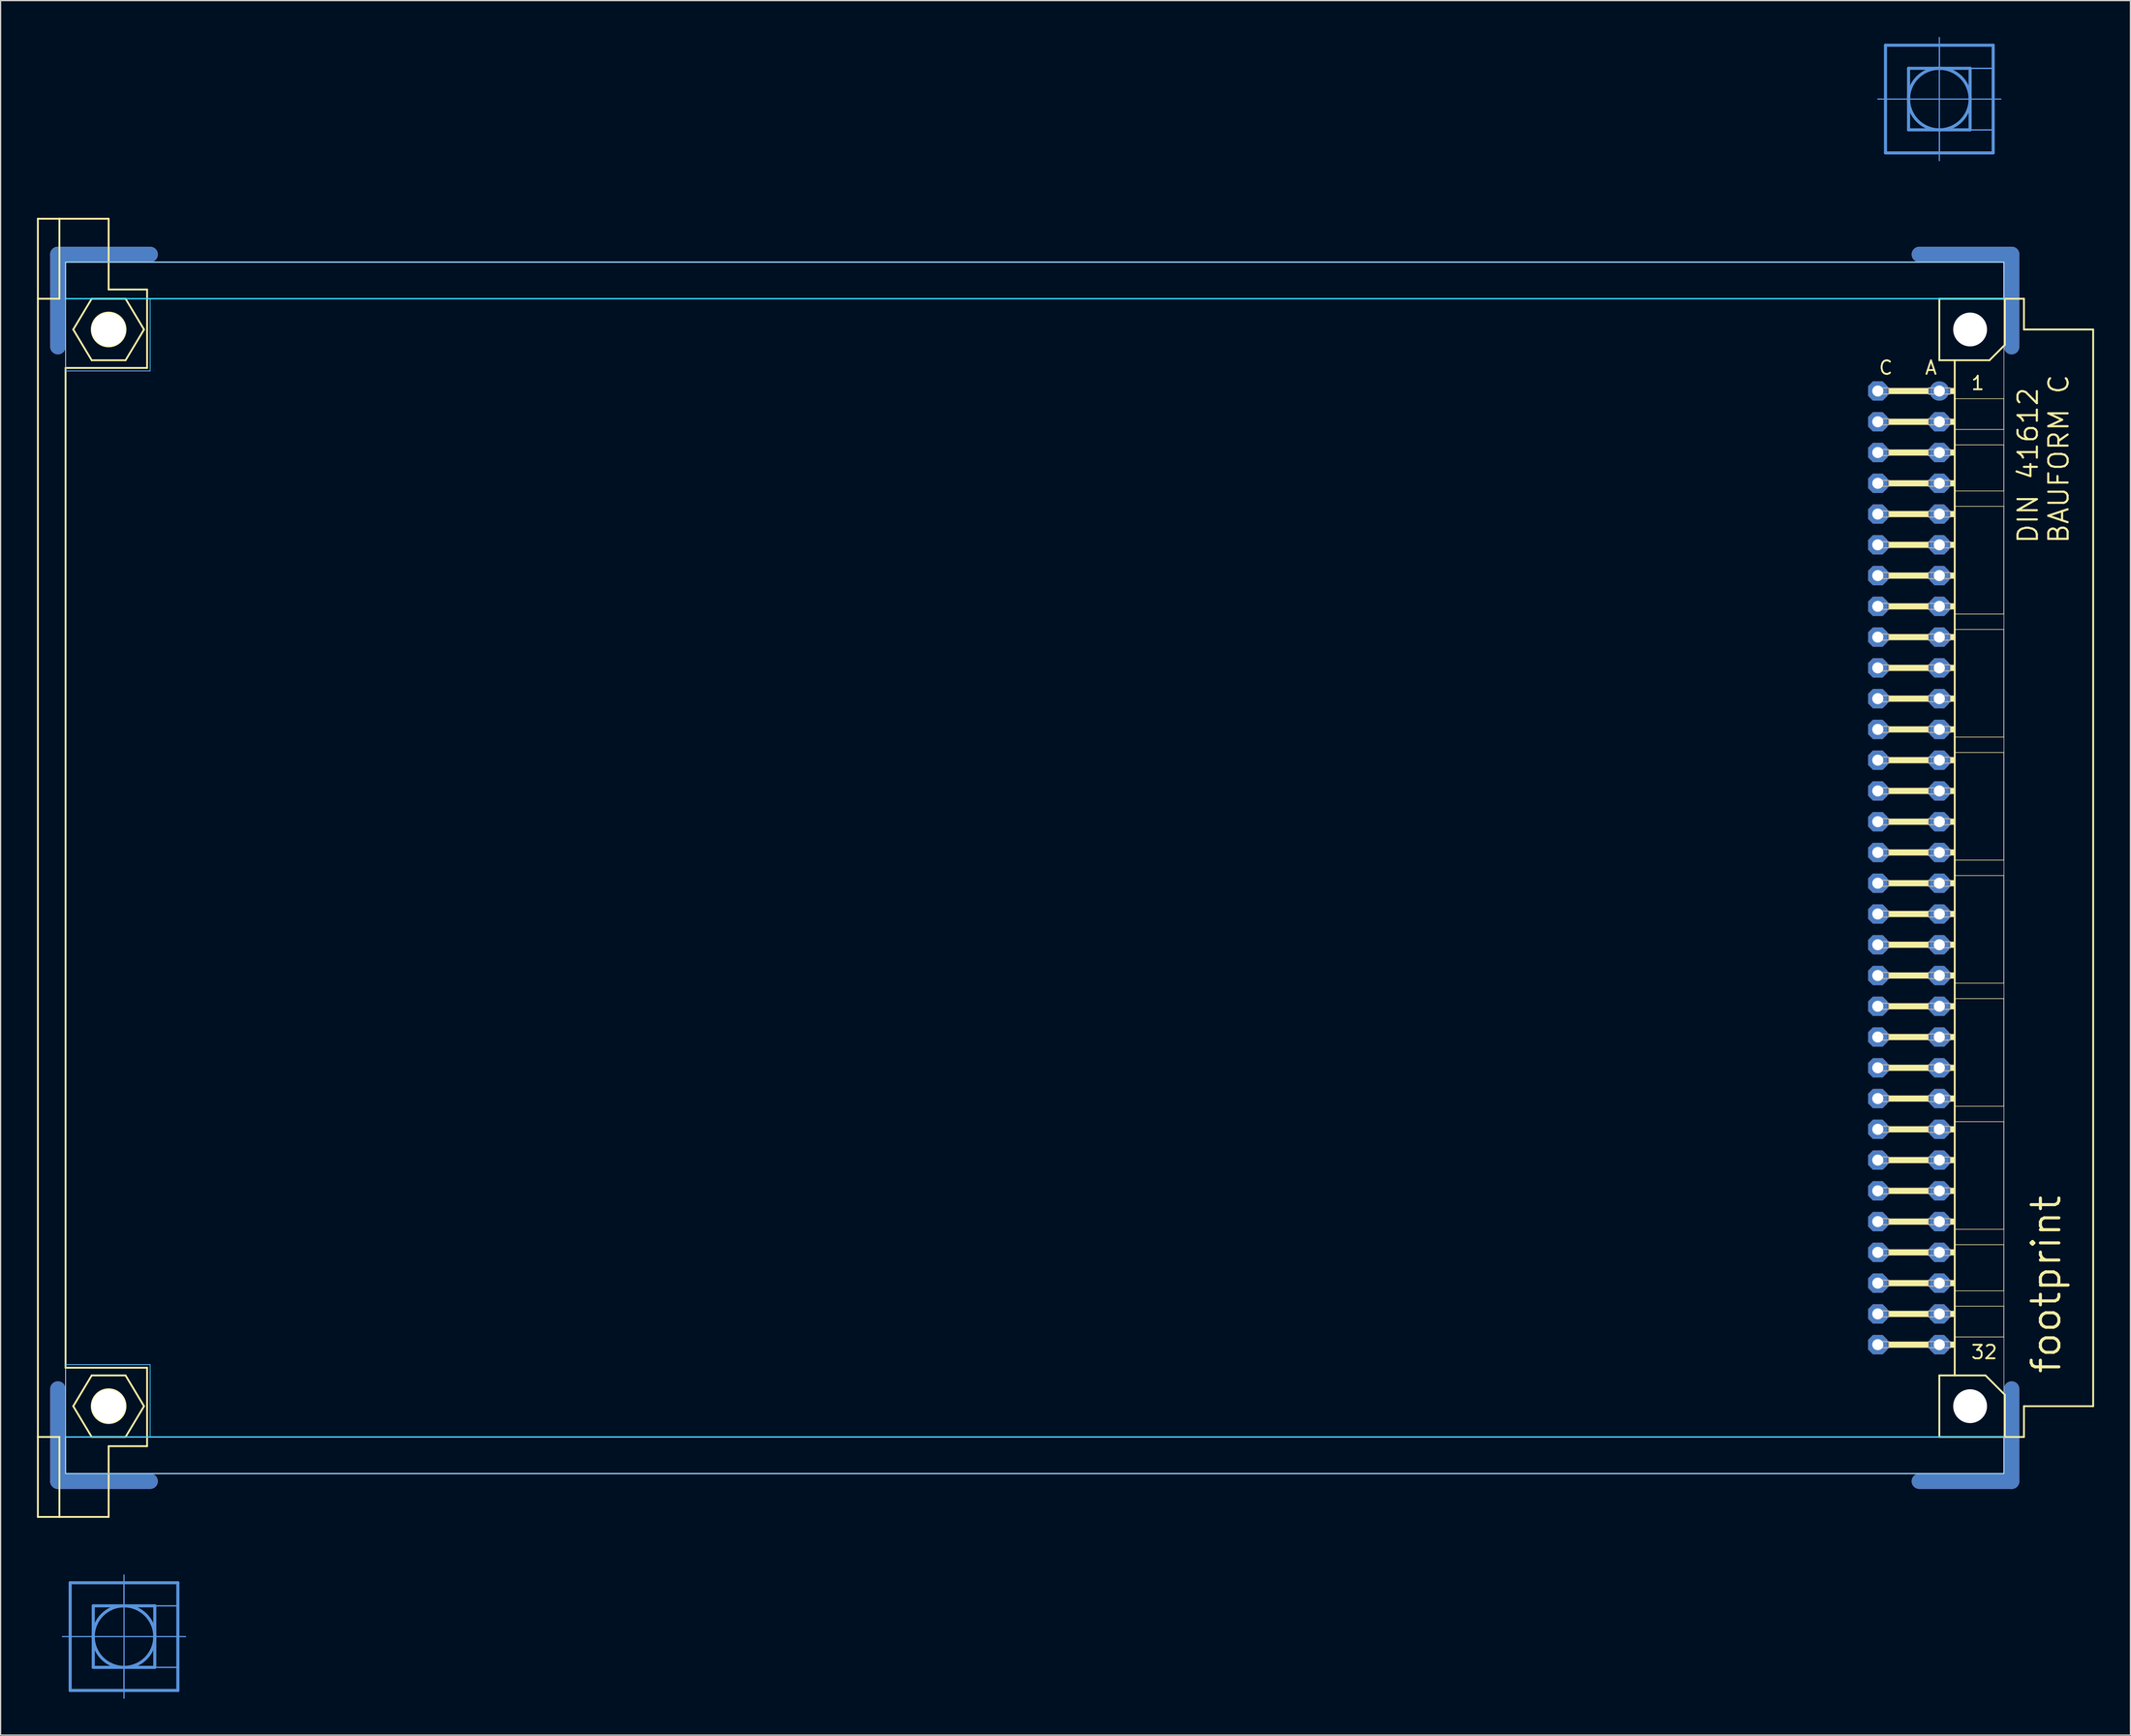
<source format=kicad_pcb>
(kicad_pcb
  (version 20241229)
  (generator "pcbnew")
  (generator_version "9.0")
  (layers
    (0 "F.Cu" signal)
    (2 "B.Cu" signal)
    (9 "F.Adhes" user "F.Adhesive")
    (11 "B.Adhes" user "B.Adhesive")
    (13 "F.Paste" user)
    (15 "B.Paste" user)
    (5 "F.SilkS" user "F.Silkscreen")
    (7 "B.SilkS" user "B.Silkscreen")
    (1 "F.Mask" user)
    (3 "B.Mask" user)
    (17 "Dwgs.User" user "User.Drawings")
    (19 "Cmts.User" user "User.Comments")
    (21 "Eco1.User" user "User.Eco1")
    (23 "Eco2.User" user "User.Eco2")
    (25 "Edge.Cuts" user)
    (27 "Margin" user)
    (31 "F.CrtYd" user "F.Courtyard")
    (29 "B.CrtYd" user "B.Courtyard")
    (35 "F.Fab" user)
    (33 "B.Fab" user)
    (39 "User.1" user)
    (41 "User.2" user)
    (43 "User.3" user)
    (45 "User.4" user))
  (footprint "footprint"
    (layer "F.Cu")
    (at 2.108 68.605)
    (property "Reference" "footprint" (at 165.1 41.91 90) (layer "F.SilkS") (effects (font (size 2.286 2.286) (thickness 0.254)) (justify left bottom)))
    (fp_line (start -0.381 -43.028) (end -0.381 -50.648) (stroke (width 1.27) (type solid)) (layer "F.Cu"))
    (fp_line (start -0.381 43.028) (end -0.381 50.648) (stroke (width 1.27) (type solid)) (layer "F.Cu"))
    (fp_line (start 7.239 -50.648) (end -0.381 -50.648) (stroke (width 1.27) (type solid)) (layer "F.Cu"))
    (fp_line (start 7.239 50.648) (end -0.381 50.648) (stroke (width 1.27) (type solid)) (layer "F.Cu"))
    (fp_line (start 153.289 -50.648) (end 160.909 -50.648) (stroke (width 1.27) (type solid)) (layer "F.Cu"))
    (fp_line (start 153.289 50.648) (end 160.909 50.648) (stroke (width 1.27) (type solid)) (layer "F.Cu"))
    (fp_line (start 160.909 -43.028) (end 160.909 -50.648) (stroke (width 1.27) (type solid)) (layer "F.Cu"))
    (fp_line (start 160.909 43.028) (end 160.909 50.648) (stroke (width 1.27) (type solid)) (layer "F.Cu"))
    (fp_line (start 0.254 -42.393) (end 0.254 -50.013) (stroke (width 0.152) (type solid)) (layer "F.Mask"))
    (fp_line (start 0.254 42.393) (end 0.254 50.013) (stroke (width 0.152) (type solid)) (layer "F.Mask"))
    (fp_line (start 7.874 -50.013) (end 0.254 -50.013) (stroke (width 0.152) (type solid)) (layer "F.Mask"))
    (fp_line (start 7.874 50.013) (end 0.254 50.013) (stroke (width 0.152) (type solid)) (layer "F.Mask"))
    (fp_line (start 152.654 -50.013) (end 160.274 -50.013) (stroke (width 0.152) (type solid)) (layer "F.Mask"))
    (fp_line (start 152.654 50.013) (end 160.274 50.013) (stroke (width 0.152) (type solid)) (layer "F.Mask"))
    (fp_line (start 160.274 -42.393) (end 160.274 -50.013) (stroke (width 0.152) (type solid)) (layer "F.Mask"))
    (fp_line (start 160.274 42.393) (end 160.274 50.013) (stroke (width 0.152) (type solid)) (layer "F.Mask"))
    (fp_line (start -0.381 -43.028) (end -0.381 -50.648) (stroke (width 1.27) (type solid)) (layer "B.Cu"))
    (fp_line (start -0.381 43.028) (end -0.381 50.648) (stroke (width 1.27) (type solid)) (layer "B.Cu"))
    (fp_line (start 7.239 -50.648) (end -0.381 -50.648) (stroke (width 1.27) (type solid)) (layer "B.Cu"))
    (fp_line (start 7.239 50.648) (end -0.381 50.648) (stroke (width 1.27) (type solid)) (layer "B.Cu"))
    (fp_line (start 153.289 -50.648) (end 160.909 -50.648) (stroke (width 1.27) (type solid)) (layer "B.Cu"))
    (fp_line (start 153.289 50.648) (end 160.909 50.648) (stroke (width 1.27) (type solid)) (layer "B.Cu"))
    (fp_line (start 160.909 -43.028) (end 160.909 -50.648) (stroke (width 1.27) (type solid)) (layer "B.Cu"))
    (fp_line (start 160.909 43.028) (end 160.909 50.648) (stroke (width 1.27) (type solid)) (layer "B.Cu"))
    (fp_line (start 0.254 -50.013) (end 7.874 -50.013) (stroke (width 0.152) (type solid)) (layer "B.Mask"))
    (fp_line (start 0.254 -42.393) (end 0.254 -50.013) (stroke (width 0.152) (type solid)) (layer "B.Mask"))
    (fp_line (start 0.254 50.013) (end 0.254 42.393) (stroke (width 0.152) (type solid)) (layer "B.Mask"))
    (fp_line (start 7.874 50.013) (end 0.254 50.013) (stroke (width 0.152) (type solid)) (layer "B.Mask"))
    (fp_line (start 152.654 -50.013) (end 160.274 -50.013) (stroke (width 0.152) (type solid)) (layer "B.Mask"))
    (fp_line (start 160.274 -50.013) (end 160.274 -42.393) (stroke (width 0.152) (type solid)) (layer "B.Mask"))
    (fp_line (start 160.274 42.393) (end 160.274 50.013) (stroke (width 0.152) (type solid)) (layer "B.Mask"))
    (fp_line (start 160.274 50.013) (end 152.654 50.013) (stroke (width 0.152) (type solid)) (layer "B.Mask"))
    (fp_line (start -2.032 -53.594) (end -0.254 -53.594) (stroke (width 0.152) (type solid)) (layer "F.SilkS"))
    (fp_line (start -2.032 -46.99) (end -2.032 -53.594) (stroke (width 0.152) (type solid)) (layer "F.SilkS"))
    (fp_line (start -2.032 -46.99) (end -0.254 -46.99) (stroke (width 0.152) (type solid)) (layer "F.SilkS"))
    (fp_line (start -2.032 46.99) (end -2.032 -46.99) (stroke (width 0.152) (type solid)) (layer "F.SilkS"))
    (fp_line (start -2.032 46.99) (end -0.254 46.99) (stroke (width 0.152) (type solid)) (layer "F.SilkS"))
    (fp_line (start -2.032 53.594) (end -2.032 46.99) (stroke (width 0.152) (type solid)) (layer "F.SilkS"))
    (fp_line (start -2.032 53.594) (end -0.254 53.594) (stroke (width 0.152) (type solid)) (layer "F.SilkS"))
    (fp_line (start -0.254 -53.594) (end -0.254 -46.99) (stroke (width 0.152) (type solid)) (layer "F.SilkS"))
    (fp_line (start -0.254 -53.594) (end 3.81 -53.594) (stroke (width 0.152) (type solid)) (layer "F.SilkS"))
    (fp_line (start -0.254 53.594) (end -0.254 46.99) (stroke (width 0.152) (type solid)) (layer "F.SilkS"))
    (fp_line (start -0.254 53.594) (end 3.81 53.594) (stroke (width 0.152) (type solid)) (layer "F.SilkS"))
    (fp_line (start 0.254 -41.275) (end 0.254 41.275) (stroke (width 0.152) (type solid)) (layer "F.SilkS"))
    (fp_line (start 0.254 -41.275) (end 6.985 -41.275) (stroke (width 0.152) (type solid)) (layer "F.SilkS"))
    (fp_line (start 0.254 41.275) (end 6.985 41.275) (stroke (width 0.152) (type solid)) (layer "F.SilkS"))
    (fp_line (start 0.889 -44.45) (end 2.413 -46.99) (stroke (width 0.152) (type solid)) (layer "F.SilkS"))
    (fp_line (start 0.889 44.45) (end 2.413 46.99) (stroke (width 0.152) (type solid)) (layer "F.SilkS"))
    (fp_line (start 2.413 -46.99) (end 5.207 -46.99) (stroke (width 0.152) (type solid)) (layer "F.SilkS"))
    (fp_line (start 2.413 -41.91) (end 0.889 -44.45) (stroke (width 0.152) (type solid)) (layer "F.SilkS"))
    (fp_line (start 2.413 41.91) (end 0.889 44.45) (stroke (width 0.152) (type solid)) (layer "F.SilkS"))
    (fp_line (start 2.413 46.99) (end 5.207 46.99) (stroke (width 0.152) (type solid)) (layer "F.SilkS"))
    (fp_line (start 3.81 -53.594) (end 3.81 -47.752) (stroke (width 0.152) (type solid)) (layer "F.SilkS"))
    (fp_line (start 3.81 -47.752) (end 6.985 -47.752) (stroke (width 0.152) (type solid)) (layer "F.SilkS"))
    (fp_line (start 3.81 47.752) (end 6.985 47.752) (stroke (width 0.152) (type solid)) (layer "F.SilkS"))
    (fp_line (start 3.81 53.594) (end 3.81 47.752) (stroke (width 0.152) (type solid)) (layer "F.SilkS"))
    (fp_line (start 5.207 -46.99) (end 6.731 -44.45) (stroke (width 0.152) (type solid)) (layer "F.SilkS"))
    (fp_line (start 5.207 -41.91) (end 2.413 -41.91) (stroke (width 0.152) (type solid)) (layer "F.SilkS"))
    (fp_line (start 5.207 41.91) (end 2.413 41.91) (stroke (width 0.152) (type solid)) (layer "F.SilkS"))
    (fp_line (start 5.207 46.99) (end 6.731 44.45) (stroke (width 0.152) (type solid)) (layer "F.SilkS"))
    (fp_line (start 6.731 -44.45) (end 5.207 -41.91) (stroke (width 0.152) (type solid)) (layer "F.SilkS"))
    (fp_line (start 6.731 44.45) (end 5.207 41.91) (stroke (width 0.152) (type solid)) (layer "F.SilkS"))
    (fp_line (start 6.985 -47.752) (end 6.985 -41.275) (stroke (width 0.152) (type solid)) (layer "F.SilkS"))
    (fp_line (start 6.985 47.752) (end 6.985 41.275) (stroke (width 0.152) (type solid)) (layer "F.SilkS"))
    (fp_line (start 154.94 -46.99) (end 154.94 -41.91) (stroke (width 0.152) (type solid)) (layer "F.SilkS"))
    (fp_line (start 154.94 -41.91) (end 156.21 -41.91) (stroke (width 0.152) (type solid)) (layer "F.SilkS"))
    (fp_line (start 154.94 41.91) (end 154.94 46.99) (stroke (width 0.152) (type solid)) (layer "F.SilkS"))
    (fp_line (start 154.94 41.91) (end 156.21 41.91) (stroke (width 0.152) (type solid)) (layer "F.SilkS"))
    (fp_line (start 154.94 46.99) (end 160.35 46.99) (stroke (width 0.152) (type solid)) (layer "F.SilkS"))
    (fp_line (start 156.21 -41.91) (end 156.21 -38.735) (stroke (width 0.152) (type solid)) (layer "F.SilkS"))
    (fp_line (start 156.21 -41.91) (end 159.08 -41.91) (stroke (width 0.152) (type solid)) (layer "F.SilkS"))
    (fp_line (start 156.21 -38.735) (end 156.21 -36.195) (stroke (width 0.152) (type solid)) (layer "F.SilkS"))
    (fp_line (start 156.21 -36.195) (end 156.21 -34.925) (stroke (width 0.152) (type solid)) (layer "F.SilkS"))
    (fp_line (start 156.21 -34.925) (end 156.21 -31.115) (stroke (width 0.152) (type solid)) (layer "F.SilkS"))
    (fp_line (start 156.21 -31.115) (end 156.21 -29.845) (stroke (width 0.152) (type solid)) (layer "F.SilkS"))
    (fp_line (start 156.21 -29.845) (end 156.21 -20.955) (stroke (width 0.152) (type solid)) (layer "F.SilkS"))
    (fp_line (start 156.21 -20.955) (end 156.21 -19.685) (stroke (width 0.152) (type solid)) (layer "F.SilkS"))
    (fp_line (start 156.21 -19.685) (end 156.21 -10.795) (stroke (width 0.152) (type solid)) (layer "F.SilkS"))
    (fp_line (start 156.21 -10.795) (end 156.21 -9.525) (stroke (width 0.152) (type solid)) (layer "F.SilkS"))
    (fp_line (start 156.21 -9.525) (end 156.21 -0.635) (stroke (width 0.152) (type solid)) (layer "F.SilkS"))
    (fp_line (start 156.21 -0.635) (end 156.21 0.635) (stroke (width 0.152) (type solid)) (layer "F.SilkS"))
    (fp_line (start 156.21 0.635) (end 156.21 9.525) (stroke (width 0.152) (type solid)) (layer "F.SilkS"))
    (fp_line (start 156.21 9.525) (end 156.21 10.795) (stroke (width 0.152) (type solid)) (layer "F.SilkS"))
    (fp_line (start 156.21 10.795) (end 156.21 19.685) (stroke (width 0.152) (type solid)) (layer "F.SilkS"))
    (fp_line (start 156.21 19.685) (end 156.21 20.955) (stroke (width 0.152) (type solid)) (layer "F.SilkS"))
    (fp_line (start 156.21 20.955) (end 156.21 29.845) (stroke (width 0.152) (type solid)) (layer "F.SilkS"))
    (fp_line (start 156.21 29.845) (end 156.21 31.115) (stroke (width 0.152) (type solid)) (layer "F.SilkS"))
    (fp_line (start 156.21 31.115) (end 156.21 34.925) (stroke (width 0.152) (type solid)) (layer "F.SilkS"))
    (fp_line (start 156.21 34.925) (end 156.21 36.195) (stroke (width 0.152) (type solid)) (layer "F.SilkS"))
    (fp_line (start 156.21 36.195) (end 156.21 38.735) (stroke (width 0.152) (type solid)) (layer "F.SilkS"))
    (fp_line (start 156.21 38.735) (end 156.21 41.91) (stroke (width 0.152) (type solid)) (layer "F.SilkS"))
    (fp_line (start 156.21 41.91) (end 158.75 41.91) (stroke (width 0.152) (type solid)) (layer "F.SilkS"))
    (fp_line (start 159.08 -41.91) (end 160.35 -43.18) (stroke (width 0.152) (type solid)) (layer "F.SilkS"))
    (fp_line (start 160.274 -38.735) (end 156.21 -38.735) (stroke (width 0.051) (type solid)) (layer "F.SilkS"))
    (fp_line (start 160.274 -38.735) (end 160.274 -36.195) (stroke (width 0.051) (type solid)) (layer "F.SilkS"))
    (fp_line (start 160.274 -36.195) (end 156.21 -36.195) (stroke (width 0.051) (type solid)) (layer "F.SilkS"))
    (fp_line (start 160.274 -34.925) (end 156.21 -34.925) (stroke (width 0.051) (type solid)) (layer "F.SilkS"))
    (fp_line (start 160.274 -34.925) (end 160.274 -31.115) (stroke (width 0.051) (type solid)) (layer "F.SilkS"))
    (fp_line (start 160.274 -31.115) (end 156.21 -31.115) (stroke (width 0.051) (type solid)) (layer "F.SilkS"))
    (fp_line (start 160.274 -29.845) (end 156.21 -29.845) (stroke (width 0.051) (type solid)) (layer "F.SilkS"))
    (fp_line (start 160.274 -29.845) (end 160.274 -20.955) (stroke (width 0.051) (type solid)) (layer "F.SilkS"))
    (fp_line (start 160.274 -20.955) (end 156.21 -20.955) (stroke (width 0.051) (type solid)) (layer "F.SilkS"))
    (fp_line (start 160.274 -19.685) (end 156.21 -19.685) (stroke (width 0.051) (type solid)) (layer "F.SilkS"))
    (fp_line (start 160.274 -19.685) (end 160.274 -10.795) (stroke (width 0.051) (type solid)) (layer "F.SilkS"))
    (fp_line (start 160.274 -10.795) (end 156.21 -10.795) (stroke (width 0.051) (type solid)) (layer "F.SilkS"))
    (fp_line (start 160.274 -9.525) (end 156.21 -9.525) (stroke (width 0.051) (type solid)) (layer "F.SilkS"))
    (fp_line (start 160.274 -9.525) (end 160.274 -0.635) (stroke (width 0.051) (type solid)) (layer "F.SilkS"))
    (fp_line (start 160.274 -0.635) (end 156.21 -0.635) (stroke (width 0.051) (type solid)) (layer "F.SilkS"))
    (fp_line (start 160.274 0.635) (end 156.21 0.635) (stroke (width 0.051) (type solid)) (layer "F.SilkS"))
    (fp_line (start 160.274 0.635) (end 160.274 9.525) (stroke (width 0.051) (type solid)) (layer "F.SilkS"))
    (fp_line (start 160.274 9.525) (end 156.21 9.525) (stroke (width 0.051) (type solid)) (layer "F.SilkS"))
    (fp_line (start 160.274 10.795) (end 156.21 10.795) (stroke (width 0.051) (type solid)) (layer "F.SilkS"))
    (fp_line (start 160.274 10.795) (end 160.274 19.685) (stroke (width 0.051) (type solid)) (layer "F.SilkS"))
    (fp_line (start 160.274 19.685) (end 156.21 19.685) (stroke (width 0.051) (type solid)) (layer "F.SilkS"))
    (fp_line (start 160.274 20.955) (end 156.21 20.955) (stroke (width 0.051) (type solid)) (layer "F.SilkS"))
    (fp_line (start 160.274 20.955) (end 160.274 29.845) (stroke (width 0.051) (type solid)) (layer "F.SilkS"))
    (fp_line (start 160.274 29.845) (end 156.21 29.845) (stroke (width 0.051) (type solid)) (layer "F.SilkS"))
    (fp_line (start 160.274 31.115) (end 156.21 31.115) (stroke (width 0.051) (type solid)) (layer "F.SilkS"))
    (fp_line (start 160.274 31.115) (end 160.274 34.925) (stroke (width 0.051) (type solid)) (layer "F.SilkS"))
    (fp_line (start 160.274 34.925) (end 156.21 34.925) (stroke (width 0.051) (type solid)) (layer "F.SilkS"))
    (fp_line (start 160.274 36.195) (end 156.21 36.195) (stroke (width 0.051) (type solid)) (layer "F.SilkS"))
    (fp_line (start 160.274 36.195) (end 160.274 38.735) (stroke (width 0.051) (type solid)) (layer "F.SilkS"))
    (fp_line (start 160.274 38.735) (end 156.21 38.735) (stroke (width 0.051) (type solid)) (layer "F.SilkS"))
    (fp_line (start 160.35 -46.99) (end 154.94 -46.99) (stroke (width 0.152) (type solid)) (layer "F.SilkS"))
    (fp_line (start 160.35 -43.18) (end 160.35 -46.99) (stroke (width 0.152) (type solid)) (layer "F.SilkS"))
    (fp_line (start 160.35 43.51) (end 158.75 41.91) (stroke (width 0.152) (type solid)) (layer "F.SilkS"))
    (fp_line (start 160.35 43.51) (end 160.35 46.99) (stroke (width 0.152) (type solid)) (layer "F.SilkS"))
    (fp_line (start 160.35 46.99) (end 161.925 46.99) (stroke (width 0.152) (type solid)) (layer "F.SilkS"))
    (fp_line (start 161.925 -46.99) (end 160.35 -46.99) (stroke (width 0.152) (type solid)) (layer "F.SilkS"))
    (fp_line (start 161.925 -44.45) (end 161.925 -46.99) (stroke (width 0.152) (type solid)) (layer "F.SilkS"))
    (fp_line (start 161.925 44.45) (end 167.64 44.45) (stroke (width 0.152) (type solid)) (layer "F.SilkS"))
    (fp_line (start 161.925 46.99) (end 161.925 44.45) (stroke (width 0.152) (type solid)) (layer "F.SilkS"))
    (fp_line (start 167.64 -44.45) (end 161.925 -44.45) (stroke (width 0.152) (type solid)) (layer "F.SilkS"))
    (fp_line (start 167.64 44.45) (end 167.64 -44.45) (stroke (width 0.152) (type solid)) (layer "F.SilkS"))
    (fp_circle (center 3.81 -44.45) (end 5.207 -44.45) (stroke (width 0.152) (type solid)) (fill no) (layer "F.SilkS"))
    (fp_circle (center 3.81 44.45) (end 5.207 44.45) (stroke (width 0.152) (type solid)) (fill no) (layer "F.SilkS"))
    (fp_circle (center 157.48 -44.45) (end 158.75 -44.45) (stroke (width 0.152) (type solid)) (fill no) (layer "F.SilkS"))
    (fp_circle (center 157.48 44.45) (end 158.75 44.45) (stroke (width 0.152) (type solid)) (fill no) (layer "F.SilkS"))
    (fp_poly (pts (xy 150.749 -39.116) (xy 154.051 -39.116) (xy 154.051 -39.624) (xy 150.749 -39.624)) (stroke (width 0) (type solid)) (fill yes) (layer "F.SilkS"))
    (fp_poly (pts (xy 150.749 -36.576) (xy 154.051 -36.576) (xy 154.051 -37.084) (xy 150.749 -37.084)) (stroke (width 0) (type solid)) (fill yes) (layer "F.SilkS"))
    (fp_poly (pts (xy 150.749 -34.036) (xy 154.051 -34.036) (xy 154.051 -34.544) (xy 150.749 -34.544)) (stroke (width 0) (type solid)) (fill yes) (layer "F.SilkS"))
    (fp_poly (pts (xy 150.749 -31.496) (xy 154.051 -31.496) (xy 154.051 -32.004) (xy 150.749 -32.004)) (stroke (width 0) (type solid)) (fill yes) (layer "F.SilkS"))
    (fp_poly (pts (xy 150.749 -28.956) (xy 154.051 -28.956) (xy 154.051 -29.464) (xy 150.749 -29.464)) (stroke (width 0) (type solid)) (fill yes) (layer "F.SilkS"))
    (fp_poly (pts (xy 150.749 -26.416) (xy 154.051 -26.416) (xy 154.051 -26.924) (xy 150.749 -26.924)) (stroke (width 0) (type solid)) (fill yes) (layer "F.SilkS"))
    (fp_poly (pts (xy 150.749 -23.876) (xy 154.051 -23.876) (xy 154.051 -24.384) (xy 150.749 -24.384)) (stroke (width 0) (type solid)) (fill yes) (layer "F.SilkS"))
    (fp_poly (pts (xy 150.749 -21.336) (xy 154.051 -21.336) (xy 154.051 -21.844) (xy 150.749 -21.844)) (stroke (width 0) (type solid)) (fill yes) (layer "F.SilkS"))
    (fp_poly (pts (xy 150.749 -18.796) (xy 154.051 -18.796) (xy 154.051 -19.304) (xy 150.749 -19.304)) (stroke (width 0) (type solid)) (fill yes) (layer "F.SilkS"))
    (fp_poly (pts (xy 150.749 -16.256) (xy 154.051 -16.256) (xy 154.051 -16.764) (xy 150.749 -16.764)) (stroke (width 0) (type solid)) (fill yes) (layer "F.SilkS"))
    (fp_poly (pts (xy 150.749 -13.716) (xy 154.051 -13.716) (xy 154.051 -14.224) (xy 150.749 -14.224)) (stroke (width 0) (type solid)) (fill yes) (layer "F.SilkS"))
    (fp_poly (pts (xy 150.749 -11.176) (xy 154.051 -11.176) (xy 154.051 -11.684) (xy 150.749 -11.684)) (stroke (width 0) (type solid)) (fill yes) (layer "F.SilkS"))
    (fp_poly (pts (xy 150.749 -8.636) (xy 154.051 -8.636) (xy 154.051 -9.144) (xy 150.749 -9.144)) (stroke (width 0) (type solid)) (fill yes) (layer "F.SilkS"))
    (fp_poly (pts (xy 150.749 -6.096) (xy 154.051 -6.096) (xy 154.051 -6.604) (xy 150.749 -6.604)) (stroke (width 0) (type solid)) (fill yes) (layer "F.SilkS"))
    (fp_poly (pts (xy 150.749 -3.556) (xy 154.051 -3.556) (xy 154.051 -4.064) (xy 150.749 -4.064)) (stroke (width 0) (type solid)) (fill yes) (layer "F.SilkS"))
    (fp_poly (pts (xy 150.749 -1.016) (xy 154.051 -1.016) (xy 154.051 -1.524) (xy 150.749 -1.524)) (stroke (width 0) (type solid)) (fill yes) (layer "F.SilkS"))
    (fp_poly (pts (xy 150.749 1.524) (xy 154.051 1.524) (xy 154.051 1.016) (xy 150.749 1.016)) (stroke (width 0) (type solid)) (fill yes) (layer "F.SilkS"))
    (fp_poly (pts (xy 150.749 4.064) (xy 154.051 4.064) (xy 154.051 3.556) (xy 150.749 3.556)) (stroke (width 0) (type solid)) (fill yes) (layer "F.SilkS"))
    (fp_poly (pts (xy 150.749 6.604) (xy 154.051 6.604) (xy 154.051 6.096) (xy 150.749 6.096)) (stroke (width 0) (type solid)) (fill yes) (layer "F.SilkS"))
    (fp_poly (pts (xy 150.749 9.144) (xy 154.051 9.144) (xy 154.051 8.636) (xy 150.749 8.636)) (stroke (width 0) (type solid)) (fill yes) (layer "F.SilkS"))
    (fp_poly (pts (xy 150.749 11.684) (xy 154.051 11.684) (xy 154.051 11.176) (xy 150.749 11.176)) (stroke (width 0) (type solid)) (fill yes) (layer "F.SilkS"))
    (fp_poly (pts (xy 150.749 14.224) (xy 154.051 14.224) (xy 154.051 13.716) (xy 150.749 13.716)) (stroke (width 0) (type solid)) (fill yes) (layer "F.SilkS"))
    (fp_poly (pts (xy 150.749 16.764) (xy 154.051 16.764) (xy 154.051 16.256) (xy 150.749 16.256)) (stroke (width 0) (type solid)) (fill yes) (layer "F.SilkS"))
    (fp_poly (pts (xy 150.749 19.304) (xy 154.051 19.304) (xy 154.051 18.796) (xy 150.749 18.796)) (stroke (width 0) (type solid)) (fill yes) (layer "F.SilkS"))
    (fp_poly (pts (xy 150.749 21.844) (xy 154.051 21.844) (xy 154.051 21.336) (xy 150.749 21.336)) (stroke (width 0) (type solid)) (fill yes) (layer "F.SilkS"))
    (fp_poly (pts (xy 150.749 24.384) (xy 154.051 24.384) (xy 154.051 23.876) (xy 150.749 23.876)) (stroke (width 0) (type solid)) (fill yes) (layer "F.SilkS"))
    (fp_poly (pts (xy 150.749 26.924) (xy 154.051 26.924) (xy 154.051 26.416) (xy 150.749 26.416)) (stroke (width 0) (type solid)) (fill yes) (layer "F.SilkS"))
    (fp_poly (pts (xy 150.749 29.464) (xy 154.051 29.464) (xy 154.051 28.956) (xy 150.749 28.956)) (stroke (width 0) (type solid)) (fill yes) (layer "F.SilkS"))
    (fp_poly (pts (xy 150.749 32.004) (xy 154.051 32.004) (xy 154.051 31.496) (xy 150.749 31.496)) (stroke (width 0) (type solid)) (fill yes) (layer "F.SilkS"))
    (fp_poly (pts (xy 150.749 34.544) (xy 154.051 34.544) (xy 154.051 34.036) (xy 150.749 34.036)) (stroke (width 0) (type solid)) (fill yes) (layer "F.SilkS"))
    (fp_poly (pts (xy 150.749 37.084) (xy 154.051 37.084) (xy 154.051 36.576) (xy 150.749 36.576)) (stroke (width 0) (type solid)) (fill yes) (layer "F.SilkS"))
    (fp_poly (pts (xy 150.749 39.624) (xy 154.051 39.624) (xy 154.051 39.116) (xy 150.749 39.116)) (stroke (width 0) (type solid)) (fill yes) (layer "F.SilkS"))
    (fp_poly (pts (xy 155.829 -39.116) (xy 156.21 -39.116) (xy 156.21 -39.624) (xy 155.829 -39.624)) (stroke (width 0) (type solid)) (fill yes) (layer "F.SilkS"))
    (fp_poly (pts (xy 155.829 -36.576) (xy 156.21 -36.576) (xy 156.21 -37.084) (xy 155.829 -37.084)) (stroke (width 0) (type solid)) (fill yes) (layer "F.SilkS"))
    (fp_poly (pts (xy 155.829 -34.036) (xy 156.21 -34.036) (xy 156.21 -34.544) (xy 155.829 -34.544)) (stroke (width 0) (type solid)) (fill yes) (layer "F.SilkS"))
    (fp_poly (pts (xy 155.829 -31.496) (xy 156.21 -31.496) (xy 156.21 -32.004) (xy 155.829 -32.004)) (stroke (width 0) (type solid)) (fill yes) (layer "F.SilkS"))
    (fp_poly (pts (xy 155.829 -28.956) (xy 156.21 -28.956) (xy 156.21 -29.464) (xy 155.829 -29.464)) (stroke (width 0) (type solid)) (fill yes) (layer "F.SilkS"))
    (fp_poly (pts (xy 155.829 -26.416) (xy 156.21 -26.416) (xy 156.21 -26.924) (xy 155.829 -26.924)) (stroke (width 0) (type solid)) (fill yes) (layer "F.SilkS"))
    (fp_poly (pts (xy 155.829 -23.876) (xy 156.21 -23.876) (xy 156.21 -24.384) (xy 155.829 -24.384)) (stroke (width 0) (type solid)) (fill yes) (layer "F.SilkS"))
    (fp_poly (pts (xy 155.829 -21.336) (xy 156.21 -21.336) (xy 156.21 -21.844) (xy 155.829 -21.844)) (stroke (width 0) (type solid)) (fill yes) (layer "F.SilkS"))
    (fp_poly (pts (xy 155.829 -18.796) (xy 156.21 -18.796) (xy 156.21 -19.304) (xy 155.829 -19.304)) (stroke (width 0) (type solid)) (fill yes) (layer "F.SilkS"))
    (fp_poly (pts (xy 155.829 -16.256) (xy 156.21 -16.256) (xy 156.21 -16.764) (xy 155.829 -16.764)) (stroke (width 0) (type solid)) (fill yes) (layer "F.SilkS"))
    (fp_poly (pts (xy 155.829 -13.716) (xy 156.21 -13.716) (xy 156.21 -14.224) (xy 155.829 -14.224)) (stroke (width 0) (type solid)) (fill yes) (layer "F.SilkS"))
    (fp_poly (pts (xy 155.829 -11.176) (xy 156.21 -11.176) (xy 156.21 -11.684) (xy 155.829 -11.684)) (stroke (width 0) (type solid)) (fill yes) (layer "F.SilkS"))
    (fp_poly (pts (xy 155.829 -8.636) (xy 156.21 -8.636) (xy 156.21 -9.144) (xy 155.829 -9.144)) (stroke (width 0) (type solid)) (fill yes) (layer "F.SilkS"))
    (fp_poly (pts (xy 155.829 -6.096) (xy 156.21 -6.096) (xy 156.21 -6.604) (xy 155.829 -6.604)) (stroke (width 0) (type solid)) (fill yes) (layer "F.SilkS"))
    (fp_poly (pts (xy 155.829 -3.556) (xy 156.21 -3.556) (xy 156.21 -4.064) (xy 155.829 -4.064)) (stroke (width 0) (type solid)) (fill yes) (layer "F.SilkS"))
    (fp_poly (pts (xy 155.829 -1.016) (xy 156.21 -1.016) (xy 156.21 -1.524) (xy 155.829 -1.524)) (stroke (width 0) (type solid)) (fill yes) (layer "F.SilkS"))
    (fp_poly (pts (xy 155.829 1.524) (xy 156.21 1.524) (xy 156.21 1.016) (xy 155.829 1.016)) (stroke (width 0) (type solid)) (fill yes) (layer "F.SilkS"))
    (fp_poly (pts (xy 155.829 4.064) (xy 156.21 4.064) (xy 156.21 3.556) (xy 155.829 3.556)) (stroke (width 0) (type solid)) (fill yes) (layer "F.SilkS"))
    (fp_poly (pts (xy 155.829 6.604) (xy 156.21 6.604) (xy 156.21 6.096) (xy 155.829 6.096)) (stroke (width 0) (type solid)) (fill yes) (layer "F.SilkS"))
    (fp_poly (pts (xy 155.829 9.144) (xy 156.21 9.144) (xy 156.21 8.636) (xy 155.829 8.636)) (stroke (width 0) (type solid)) (fill yes) (layer "F.SilkS"))
    (fp_poly (pts (xy 155.829 11.684) (xy 156.21 11.684) (xy 156.21 11.176) (xy 155.829 11.176)) (stroke (width 0) (type solid)) (fill yes) (layer "F.SilkS"))
    (fp_poly (pts (xy 155.829 14.224) (xy 156.21 14.224) (xy 156.21 13.716) (xy 155.829 13.716)) (stroke (width 0) (type solid)) (fill yes) (layer "F.SilkS"))
    (fp_poly (pts (xy 155.829 16.764) (xy 156.21 16.764) (xy 156.21 16.256) (xy 155.829 16.256)) (stroke (width 0) (type solid)) (fill yes) (layer "F.SilkS"))
    (fp_poly (pts (xy 155.829 19.304) (xy 156.21 19.304) (xy 156.21 18.796) (xy 155.829 18.796)) (stroke (width 0) (type solid)) (fill yes) (layer "F.SilkS"))
    (fp_poly (pts (xy 155.829 21.844) (xy 156.21 21.844) (xy 156.21 21.336) (xy 155.829 21.336)) (stroke (width 0) (type solid)) (fill yes) (layer "F.SilkS"))
    (fp_poly (pts (xy 155.829 24.384) (xy 156.21 24.384) (xy 156.21 23.876) (xy 155.829 23.876)) (stroke (width 0) (type solid)) (fill yes) (layer "F.SilkS"))
    (fp_poly (pts (xy 155.829 26.924) (xy 156.21 26.924) (xy 156.21 26.416) (xy 155.829 26.416)) (stroke (width 0) (type solid)) (fill yes) (layer "F.SilkS"))
    (fp_poly (pts (xy 155.829 29.464) (xy 156.21 29.464) (xy 156.21 28.956) (xy 155.829 28.956)) (stroke (width 0) (type solid)) (fill yes) (layer "F.SilkS"))
    (fp_poly (pts (xy 155.829 32.004) (xy 156.21 32.004) (xy 156.21 31.496) (xy 155.829 31.496)) (stroke (width 0) (type solid)) (fill yes) (layer "F.SilkS"))
    (fp_poly (pts (xy 155.829 34.544) (xy 156.21 34.544) (xy 156.21 34.036) (xy 155.829 34.036)) (stroke (width 0) (type solid)) (fill yes) (layer "F.SilkS"))
    (fp_poly (pts (xy 155.829 37.084) (xy 156.21 37.084) (xy 156.21 36.576) (xy 155.829 36.576)) (stroke (width 0) (type solid)) (fill yes) (layer "F.SilkS"))
    (fp_poly (pts (xy 155.829 39.624) (xy 156.21 39.624) (xy 156.21 39.116) (xy 155.829 39.116)) (stroke (width 0) (type solid)) (fill yes) (layer "F.SilkS"))
    (fp_line (start 0 63.475) (end 0.635 63.475) (stroke (width 0.102) (type solid)) (layer "Cmts.User"))
    (fp_line (start 0.635 59.03) (end 9.525 59.03) (stroke (width 0.254) (type solid)) (layer "Cmts.User"))
    (fp_line (start 0.635 63.475) (end 0.635 59.03) (stroke (width 0.254) (type solid)) (layer "Cmts.User"))
    (fp_line (start 0.635 63.475) (end 10.16 63.475) (stroke (width 0.102) (type solid)) (layer "Cmts.User"))
    (fp_line (start 0.635 67.92) (end 0.635 63.475) (stroke (width 0.254) (type solid)) (layer "Cmts.User"))
    (fp_line (start 2.54 60.935) (end 2.54 66.015) (stroke (width 0.254) (type solid)) (layer "Cmts.User"))
    (fp_line (start 2.54 66.015) (end 7.62 66.015) (stroke (width 0.254) (type solid)) (layer "Cmts.User"))
    (fp_line (start 5.08 68.555) (end 5.08 58.395) (stroke (width 0.102) (type solid)) (layer "Cmts.User"))
    (fp_line (start 7.62 60.935) (end 2.54 60.935) (stroke (width 0.254) (type solid)) (layer "Cmts.User"))
    (fp_line (start 7.62 66.015) (end 7.62 60.935) (stroke (width 0.254) (type solid)) (layer "Cmts.User"))
    (fp_line (start 9.525 59.03) (end 9.525 67.92) (stroke (width 0.254) (type solid)) (layer "Cmts.User"))
    (fp_line (start 9.525 67.92) (end 0.635 67.92) (stroke (width 0.254) (type solid)) (layer "Cmts.User"))
    (fp_line (start 149.86 -63.475) (end 150.495 -63.475) (stroke (width 0.102) (type solid)) (layer "Cmts.User"))
    (fp_line (start 150.495 -67.92) (end 159.385 -67.92) (stroke (width 0.254) (type solid)) (layer "Cmts.User"))
    (fp_line (start 150.495 -63.475) (end 150.495 -67.92) (stroke (width 0.254) (type solid)) (layer "Cmts.User"))
    (fp_line (start 150.495 -63.475) (end 160.02 -63.475) (stroke (width 0.102) (type solid)) (layer "Cmts.User"))
    (fp_line (start 150.495 -59.03) (end 150.495 -63.475) (stroke (width 0.254) (type solid)) (layer "Cmts.User"))
    (fp_line (start 152.4 -66.015) (end 152.4 -60.935) (stroke (width 0.254) (type solid)) (layer "Cmts.User"))
    (fp_line (start 152.4 -60.935) (end 157.48 -60.935) (stroke (width 0.254) (type solid)) (layer "Cmts.User"))
    (fp_line (start 154.94 -58.395) (end 154.94 -68.555) (stroke (width 0.102) (type solid)) (layer "Cmts.User"))
    (fp_line (start 157.48 -66.015) (end 152.4 -66.015) (stroke (width 0.254) (type solid)) (layer "Cmts.User"))
    (fp_line (start 157.48 -60.935) (end 157.48 -66.015) (stroke (width 0.254) (type solid)) (layer "Cmts.User"))
    (fp_line (start 159.385 -67.92) (end 159.385 -59.03) (stroke (width 0.254) (type solid)) (layer "Cmts.User"))
    (fp_line (start 159.385 -59.03) (end 150.495 -59.03) (stroke (width 0.254) (type solid)) (layer "Cmts.User"))
    (fp_circle (center 5.08 63.475) (end 7.62 63.475) (stroke (width 0.254) (type solid)) (fill no) (layer "Cmts.User"))
    (fp_circle (center 154.94 -63.475) (end 157.48 -63.475) (stroke (width 0.254) (type solid)) (fill no) (layer "Cmts.User"))
    (fp_poly (pts (xy 5.08 60.935) (xy 9.525 60.935) (xy 9.525 59.03) (xy 5.08 59.03)) (stroke (width 0.1) (type solid)) (fill no) (layer "Cmts.User"))
    (fp_poly (pts (xy 5.08 67.92) (xy 9.525 67.92) (xy 9.525 66.015) (xy 5.08 66.015)) (stroke (width 0.1) (type solid)) (fill no) (layer "Cmts.User"))
    (fp_poly (pts (xy 7.62 66.015) (xy 9.525 66.015) (xy 9.525 60.935) (xy 7.62 60.935)) (stroke (width 0.1) (type solid)) (fill no) (layer "Cmts.User"))
    (fp_poly (pts (xy 154.94 -66.015) (xy 159.385 -66.015) (xy 159.385 -67.92) (xy 154.94 -67.92)) (stroke (width 0.1) (type solid)) (fill no) (layer "Cmts.User"))
    (fp_poly (pts (xy 154.94 -59.03) (xy 159.385 -59.03) (xy 159.385 -60.935) (xy 154.94 -60.935)) (stroke (width 0.1) (type solid)) (fill no) (layer "Cmts.User"))
    (fp_poly (pts (xy 157.48 -60.935) (xy 159.385 -60.935) (xy 159.385 -66.015) (xy 157.48 -66.015)) (stroke (width 0.1) (type solid)) (fill no) (layer "Cmts.User"))
    (fp_line (start 0.254 -50.013) (end 0.254 50.013) (stroke (width 0.05) (type solid)) (layer "Edge.Cuts"))
    (fp_line (start 0.254 50.013) (end 160.274 50.013) (stroke (width 0.05) (type solid)) (layer "Edge.Cuts"))
    (fp_line (start 160.274 -50.013) (end 0.254 -50.013) (stroke (width 0.05) (type solid)) (layer "Edge.Cuts"))
    (fp_line (start 160.274 50.013) (end 160.274 -50.013) (stroke (width 0.05) (type solid)) (layer "Edge.Cuts"))
    (fp_line (start 0.254 -41.021) (end 0.254 -50.013) (stroke (width 0.051) (type solid)) (layer "B.CrtYd"))
    (fp_line (start 0.254 -41.021) (end 7.239 -41.021) (stroke (width 0.051) (type solid)) (layer "B.CrtYd"))
    (fp_line (start 0.254 41.021) (end 0.254 50.013) (stroke (width 0.051) (type solid)) (layer "B.CrtYd"))
    (fp_line (start 0.254 41.021) (end 7.239 41.021) (stroke (width 0.051) (type solid)) (layer "B.CrtYd"))
    (fp_line (start 7.239 -46.99) (end 7.239 -41.021) (stroke (width 0.051) (type solid)) (layer "B.CrtYd"))
    (fp_line (start 7.239 46.99) (end 7.239 41.021) (stroke (width 0.051) (type solid)) (layer "B.CrtYd"))
    (fp_line (start 160.274 -50.013) (end 160.274 -46.99) (stroke (width 0.051) (type solid)) (layer "B.CrtYd"))
    (fp_line (start 160.274 50.013) (end 160.274 46.99) (stroke (width 0.051) (type solid)) (layer "B.CrtYd"))
    (fp_poly (pts (xy 0.254 -46.99) (xy 160.274 -46.99) (xy 160.274 -50.013) (xy 0.254 -50.013)) (stroke (width 0.1) (type solid)) (fill no) (layer "B.CrtYd"))
    (fp_poly (pts (xy 0.254 50.013) (xy 160.274 50.013) (xy 160.274 46.99) (xy 0.254 46.99)) (stroke (width 0.1) (type solid)) (fill no) (layer "B.CrtYd"))
    (fp_line (start 0.254 -41.021) (end 0.254 -50.013) (stroke (width 0.051) (type solid)) (layer "F.CrtYd"))
    (fp_line (start 0.254 -41.021) (end 7.239 -41.021) (stroke (width 0.051) (type solid)) (layer "F.CrtYd"))
    (fp_line (start 0.254 41.021) (end 0.254 50.013) (stroke (width 0.051) (type solid)) (layer "F.CrtYd"))
    (fp_line (start 0.254 41.021) (end 7.239 41.021) (stroke (width 0.051) (type solid)) (layer "F.CrtYd"))
    (fp_line (start 7.239 -46.99) (end 7.239 -41.021) (stroke (width 0.051) (type solid)) (layer "F.CrtYd"))
    (fp_line (start 7.239 46.99) (end 7.239 41.021) (stroke (width 0.051) (type solid)) (layer "F.CrtYd"))
    (fp_line (start 160.274 -50.013) (end 160.274 -46.99) (stroke (width 0.051) (type solid)) (layer "F.CrtYd"))
    (fp_line (start 160.274 50.013) (end 160.274 46.99) (stroke (width 0.051) (type solid)) (layer "F.CrtYd"))
    (fp_poly (pts (xy 0.254 -46.99) (xy 160.274 -46.99) (xy 160.274 -50.013) (xy 0.254 -50.013)) (stroke (width 0.1) (type solid)) (fill no) (layer "F.CrtYd"))
    (fp_poly (pts (xy 0.254 50.013) (xy 160.274 50.013) (xy 160.274 46.99) (xy 0.254 46.99)) (stroke (width 0.1) (type solid)) (fill no) (layer "F.CrtYd"))
    (fp_poly (pts (xy 149.606 -39.116) (xy 150.749 -39.116) (xy 150.749 -39.624) (xy 149.606 -39.624)) (stroke (width 0.1) (type solid)) (fill no) (layer "F.Fab"))
    (fp_poly (pts (xy 149.606 -36.576) (xy 150.749 -36.576) (xy 150.749 -37.084) (xy 149.606 -37.084)) (stroke (width 0.1) (type solid)) (fill no) (layer "F.Fab"))
    (fp_poly (pts (xy 149.606 -34.036) (xy 150.749 -34.036) (xy 150.749 -34.544) (xy 149.606 -34.544)) (stroke (width 0.1) (type solid)) (fill no) (layer "F.Fab"))
    (fp_poly (pts (xy 149.606 -31.496) (xy 150.749 -31.496) (xy 150.749 -32.004) (xy 149.606 -32.004)) (stroke (width 0.1) (type solid)) (fill no) (layer "F.Fab"))
    (fp_poly (pts (xy 149.606 -28.956) (xy 150.749 -28.956) (xy 150.749 -29.464) (xy 149.606 -29.464)) (stroke (width 0.1) (type solid)) (fill no) (layer "F.Fab"))
    (fp_poly (pts (xy 149.606 -26.416) (xy 150.749 -26.416) (xy 150.749 -26.924) (xy 149.606 -26.924)) (stroke (width 0.1) (type solid)) (fill no) (layer "F.Fab"))
    (fp_poly (pts (xy 149.606 -23.876) (xy 150.749 -23.876) (xy 150.749 -24.384) (xy 149.606 -24.384)) (stroke (width 0.1) (type solid)) (fill no) (layer "F.Fab"))
    (fp_poly (pts (xy 149.606 -21.336) (xy 150.749 -21.336) (xy 150.749 -21.844) (xy 149.606 -21.844)) (stroke (width 0.1) (type solid)) (fill no) (layer "F.Fab"))
    (fp_poly (pts (xy 149.606 -18.796) (xy 150.749 -18.796) (xy 150.749 -19.304) (xy 149.606 -19.304)) (stroke (width 0.1) (type solid)) (fill no) (layer "F.Fab"))
    (fp_poly (pts (xy 149.606 -16.256) (xy 150.749 -16.256) (xy 150.749 -16.764) (xy 149.606 -16.764)) (stroke (width 0.1) (type solid)) (fill no) (layer "F.Fab"))
    (fp_poly (pts (xy 149.606 -13.716) (xy 150.749 -13.716) (xy 150.749 -14.224) (xy 149.606 -14.224)) (stroke (width 0.1) (type solid)) (fill no) (layer "F.Fab"))
    (fp_poly (pts (xy 149.606 -11.176) (xy 150.749 -11.176) (xy 150.749 -11.684) (xy 149.606 -11.684)) (stroke (width 0.1) (type solid)) (fill no) (layer "F.Fab"))
    (fp_poly (pts (xy 149.606 -8.636) (xy 150.749 -8.636) (xy 150.749 -9.144) (xy 149.606 -9.144)) (stroke (width 0.1) (type solid)) (fill no) (layer "F.Fab"))
    (fp_poly (pts (xy 149.606 -6.096) (xy 150.749 -6.096) (xy 150.749 -6.604) (xy 149.606 -6.604)) (stroke (width 0.1) (type solid)) (fill no) (layer "F.Fab"))
    (fp_poly (pts (xy 149.606 -3.556) (xy 150.749 -3.556) (xy 150.749 -4.064) (xy 149.606 -4.064)) (stroke (width 0.1) (type solid)) (fill no) (layer "F.Fab"))
    (fp_poly (pts (xy 149.606 -1.016) (xy 150.749 -1.016) (xy 150.749 -1.524) (xy 149.606 -1.524)) (stroke (width 0.1) (type solid)) (fill no) (layer "F.Fab"))
    (fp_poly (pts (xy 149.606 1.524) (xy 150.749 1.524) (xy 150.749 1.016) (xy 149.606 1.016)) (stroke (width 0.1) (type solid)) (fill no) (layer "F.Fab"))
    (fp_poly (pts (xy 149.606 4.064) (xy 150.749 4.064) (xy 150.749 3.556) (xy 149.606 3.556)) (stroke (width 0.1) (type solid)) (fill no) (layer "F.Fab"))
    (fp_poly (pts (xy 149.606 6.604) (xy 150.749 6.604) (xy 150.749 6.096) (xy 149.606 6.096)) (stroke (width 0.1) (type solid)) (fill no) (layer "F.Fab"))
    (fp_poly (pts (xy 149.606 9.144) (xy 150.749 9.144) (xy 150.749 8.636) (xy 149.606 8.636)) (stroke (width 0.1) (type solid)) (fill no) (layer "F.Fab"))
    (fp_poly (pts (xy 149.606 11.684) (xy 150.749 11.684) (xy 150.749 11.176) (xy 149.606 11.176)) (stroke (width 0.1) (type solid)) (fill no) (layer "F.Fab"))
    (fp_poly (pts (xy 149.606 14.224) (xy 150.749 14.224) (xy 150.749 13.716) (xy 149.606 13.716)) (stroke (width 0.1) (type solid)) (fill no) (layer "F.Fab"))
    (fp_poly (pts (xy 149.606 16.764) (xy 150.749 16.764) (xy 150.749 16.256) (xy 149.606 16.256)) (stroke (width 0.1) (type solid)) (fill no) (layer "F.Fab"))
    (fp_poly (pts (xy 149.606 19.304) (xy 150.749 19.304) (xy 150.749 18.796) (xy 149.606 18.796)) (stroke (width 0.1) (type solid)) (fill no) (layer "F.Fab"))
    (fp_poly (pts (xy 149.606 21.844) (xy 150.749 21.844) (xy 150.749 21.336) (xy 149.606 21.336)) (stroke (width 0.1) (type solid)) (fill no) (layer "F.Fab"))
    (fp_poly (pts (xy 149.606 24.384) (xy 150.749 24.384) (xy 150.749 23.876) (xy 149.606 23.876)) (stroke (width 0.1) (type solid)) (fill no) (layer "F.Fab"))
    (fp_poly (pts (xy 149.606 26.924) (xy 150.749 26.924) (xy 150.749 26.416) (xy 149.606 26.416)) (stroke (width 0.1) (type solid)) (fill no) (layer "F.Fab"))
    (fp_poly (pts (xy 149.606 29.464) (xy 150.749 29.464) (xy 150.749 28.956) (xy 149.606 28.956)) (stroke (width 0.1) (type solid)) (fill no) (layer "F.Fab"))
    (fp_poly (pts (xy 149.606 32.004) (xy 150.749 32.004) (xy 150.749 31.496) (xy 149.606 31.496)) (stroke (width 0.1) (type solid)) (fill no) (layer "F.Fab"))
    (fp_poly (pts (xy 149.606 34.544) (xy 150.749 34.544) (xy 150.749 34.036) (xy 149.606 34.036)) (stroke (width 0.1) (type solid)) (fill no) (layer "F.Fab"))
    (fp_poly (pts (xy 149.606 37.084) (xy 150.749 37.084) (xy 150.749 36.576) (xy 149.606 36.576)) (stroke (width 0.1) (type solid)) (fill no) (layer "F.Fab"))
    (fp_poly (pts (xy 149.606 39.624) (xy 150.749 39.624) (xy 150.749 39.116) (xy 149.606 39.116)) (stroke (width 0.1) (type solid)) (fill no) (layer "F.Fab"))
    (fp_poly (pts (xy 154.051 -39.116) (xy 155.829 -39.116) (xy 155.829 -39.624) (xy 154.051 -39.624)) (stroke (width 0.1) (type solid)) (fill no) (layer "F.Fab"))
    (fp_poly (pts (xy 154.051 -36.576) (xy 155.829 -36.576) (xy 155.829 -37.084) (xy 154.051 -37.084)) (stroke (width 0.1) (type solid)) (fill no) (layer "F.Fab"))
    (fp_poly (pts (xy 154.051 -34.036) (xy 155.829 -34.036) (xy 155.829 -34.544) (xy 154.051 -34.544)) (stroke (width 0.1) (type solid)) (fill no) (layer "F.Fab"))
    (fp_poly (pts (xy 154.051 -31.496) (xy 155.829 -31.496) (xy 155.829 -32.004) (xy 154.051 -32.004)) (stroke (width 0.1) (type solid)) (fill no) (layer "F.Fab"))
    (fp_poly (pts (xy 154.051 -28.956) (xy 155.829 -28.956) (xy 155.829 -29.464) (xy 154.051 -29.464)) (stroke (width 0.1) (type solid)) (fill no) (layer "F.Fab"))
    (fp_poly (pts (xy 154.051 -26.416) (xy 155.829 -26.416) (xy 155.829 -26.924) (xy 154.051 -26.924)) (stroke (width 0.1) (type solid)) (fill no) (layer "F.Fab"))
    (fp_poly (pts (xy 154.051 -23.876) (xy 155.829 -23.876) (xy 155.829 -24.384) (xy 154.051 -24.384)) (stroke (width 0.1) (type solid)) (fill no) (layer "F.Fab"))
    (fp_poly (pts (xy 154.051 -21.336) (xy 155.829 -21.336) (xy 155.829 -21.844) (xy 154.051 -21.844)) (stroke (width 0.1) (type solid)) (fill no) (layer "F.Fab"))
    (fp_poly (pts (xy 154.051 -18.796) (xy 155.829 -18.796) (xy 155.829 -19.304) (xy 154.051 -19.304)) (stroke (width 0.1) (type solid)) (fill no) (layer "F.Fab"))
    (fp_poly (pts (xy 154.051 -16.256) (xy 155.829 -16.256) (xy 155.829 -16.764) (xy 154.051 -16.764)) (stroke (width 0.1) (type solid)) (fill no) (layer "F.Fab"))
    (fp_poly (pts (xy 154.051 -13.716) (xy 155.829 -13.716) (xy 155.829 -14.224) (xy 154.051 -14.224)) (stroke (width 0.1) (type solid)) (fill no) (layer "F.Fab"))
    (fp_poly (pts (xy 154.051 -11.176) (xy 155.829 -11.176) (xy 155.829 -11.684) (xy 154.051 -11.684)) (stroke (width 0.1) (type solid)) (fill no) (layer "F.Fab"))
    (fp_poly (pts (xy 154.051 -8.636) (xy 155.829 -8.636) (xy 155.829 -9.144) (xy 154.051 -9.144)) (stroke (width 0.1) (type solid)) (fill no) (layer "F.Fab"))
    (fp_poly (pts (xy 154.051 -6.096) (xy 155.829 -6.096) (xy 155.829 -6.604) (xy 154.051 -6.604)) (stroke (width 0.1) (type solid)) (fill no) (layer "F.Fab"))
    (fp_poly (pts (xy 154.051 -3.556) (xy 155.829 -3.556) (xy 155.829 -4.064) (xy 154.051 -4.064)) (stroke (width 0.1) (type solid)) (fill no) (layer "F.Fab"))
    (fp_poly (pts (xy 154.051 -1.016) (xy 155.829 -1.016) (xy 155.829 -1.524) (xy 154.051 -1.524)) (stroke (width 0.1) (type solid)) (fill no) (layer "F.Fab"))
    (fp_poly (pts (xy 154.051 1.524) (xy 155.829 1.524) (xy 155.829 1.016) (xy 154.051 1.016)) (stroke (width 0.1) (type solid)) (fill no) (layer "F.Fab"))
    (fp_poly (pts (xy 154.051 4.064) (xy 155.829 4.064) (xy 155.829 3.556) (xy 154.051 3.556)) (stroke (width 0.1) (type solid)) (fill no) (layer "F.Fab"))
    (fp_poly (pts (xy 154.051 6.604) (xy 155.829 6.604) (xy 155.829 6.096) (xy 154.051 6.096)) (stroke (width 0.1) (type solid)) (fill no) (layer "F.Fab"))
    (fp_poly (pts (xy 154.051 9.144) (xy 155.829 9.144) (xy 155.829 8.636) (xy 154.051 8.636)) (stroke (width 0.1) (type solid)) (fill no) (layer "F.Fab"))
    (fp_poly (pts (xy 154.051 11.684) (xy 155.829 11.684) (xy 155.829 11.176) (xy 154.051 11.176)) (stroke (width 0.1) (type solid)) (fill no) (layer "F.Fab"))
    (fp_poly (pts (xy 154.051 14.224) (xy 155.829 14.224) (xy 155.829 13.716) (xy 154.051 13.716)) (stroke (width 0.1) (type solid)) (fill no) (layer "F.Fab"))
    (fp_poly (pts (xy 154.051 16.764) (xy 155.829 16.764) (xy 155.829 16.256) (xy 154.051 16.256)) (stroke (width 0.1) (type solid)) (fill no) (layer "F.Fab"))
    (fp_poly (pts (xy 154.051 19.304) (xy 155.829 19.304) (xy 155.829 18.796) (xy 154.051 18.796)) (stroke (width 0.1) (type solid)) (fill no) (layer "F.Fab"))
    (fp_poly (pts (xy 154.051 21.844) (xy 155.829 21.844) (xy 155.829 21.336) (xy 154.051 21.336)) (stroke (width 0.1) (type solid)) (fill no) (layer "F.Fab"))
    (fp_poly (pts (xy 154.051 24.384) (xy 155.829 24.384) (xy 155.829 23.876) (xy 154.051 23.876)) (stroke (width 0.1) (type solid)) (fill no) (layer "F.Fab"))
    (fp_poly (pts (xy 154.051 26.924) (xy 155.829 26.924) (xy 155.829 26.416) (xy 154.051 26.416)) (stroke (width 0.1) (type solid)) (fill no) (layer "F.Fab"))
    (fp_poly (pts (xy 154.051 29.464) (xy 155.829 29.464) (xy 155.829 28.956) (xy 154.051 28.956)) (stroke (width 0.1) (type solid)) (fill no) (layer "F.Fab"))
    (fp_poly (pts (xy 154.051 32.004) (xy 155.829 32.004) (xy 155.829 31.496) (xy 154.051 31.496)) (stroke (width 0.1) (type solid)) (fill no) (layer "F.Fab"))
    (fp_poly (pts (xy 154.051 34.544) (xy 155.829 34.544) (xy 155.829 34.036) (xy 154.051 34.036)) (stroke (width 0.1) (type solid)) (fill no) (layer "F.Fab"))
    (fp_poly (pts (xy 154.051 37.084) (xy 155.829 37.084) (xy 155.829 36.576) (xy 154.051 36.576)) (stroke (width 0.1) (type solid)) (fill no) (layer "F.Fab"))
    (fp_poly (pts (xy 154.051 39.624) (xy 155.829 39.624) (xy 155.829 39.116) (xy 154.051 39.116)) (stroke (width 0.1) (type solid)) (fill no) (layer "F.Fab"))
    (fp_text user "1" (at 157.48 -39.37 0) (layer "F.SilkS") (effects (font (size 1.118 1.118) (thickness 0.152)) (justify left bottom)))
    (fp_text user "A" (at 153.67 -40.64 0) (layer "F.SilkS") (effects (font (size 1.118 1.118) (thickness 0.152)) (justify left bottom)))
    (fp_text user "C" (at 149.86 -40.64 0) (layer "F.SilkS") (effects (font (size 1.118 1.118) (thickness 0.152)) (justify left bottom)))
    (fp_text user "32" (at 157.48 40.64 0) (layer "F.SilkS") (effects (font (size 1.118 1.118) (thickness 0.152)) (justify left bottom)))
    (fp_text user "BAUFORM C" (at 165.735 -26.67 90) (layer "F.SilkS") (effects (font (size 1.6 1.6) (thickness 0.178)) (justify left bottom)))
    (fp_text user "DIN 41612" (at 163.195 -26.67 90) (layer "F.SilkS") (effects (font (size 1.6 1.6) (thickness 0.178)) (justify left bottom)))
    (pad "" np_thru_hole circle (at 3.81 -44.45) (size 2.794 2.794) (drill 2.794) (layers "*.Cu" "*.Mask"))
    (pad "" np_thru_hole circle (at 3.81 44.45) (size 2.794 2.794) (drill 2.794) (layers "*.Cu" "*.Mask"))
    (pad "" np_thru_hole circle (at 157.48 -44.45) (size 2.794 2.794) (drill 2.794) (layers "*.Cu" "*.Mask"))
    (pad "" np_thru_hole circle (at 157.48 44.45) (size 2.794 2.794) (drill 2.794) (layers "*.Cu" "*.Mask"))
    (pad "A1" thru_hole circle (at 154.94 -39.37) (size 1.6 1.6) (drill 0.914) (layers "*.Cu" "*.Mask"))
    (pad "A2" thru_hole roundrect (at 154.94 -36.83) (size 1.6 1.6) (drill 0.914) (layers "*.Cu" "*.Mask") (roundrect_rratio 0.25) (chamfer_ratio 0.25) (chamfer top_left top_right bottom_left bottom_right))
    (pad "A3" thru_hole roundrect (at 154.94 -34.29) (size 1.6 1.6) (drill 0.914) (layers "*.Cu" "*.Mask") (roundrect_rratio 0.25) (chamfer_ratio 0.25) (chamfer top_left top_right bottom_left bottom_right))
    (pad "A4" thru_hole roundrect (at 154.94 -31.75) (size 1.6 1.6) (drill 0.914) (layers "*.Cu" "*.Mask") (roundrect_rratio 0.25) (chamfer_ratio 0.25) (chamfer top_left top_right bottom_left bottom_right))
    (pad "A5" thru_hole roundrect (at 154.94 -29.21) (size 1.6 1.6) (drill 0.914) (layers "*.Cu" "*.Mask") (roundrect_rratio 0.25) (chamfer_ratio 0.25) (chamfer top_left top_right bottom_left bottom_right))
    (pad "A6" thru_hole roundrect (at 154.94 -26.67) (size 1.6 1.6) (drill 0.914) (layers "*.Cu" "*.Mask") (roundrect_rratio 0.25) (chamfer_ratio 0.25) (chamfer top_left top_right bottom_left bottom_right))
    (pad "A7" thru_hole roundrect (at 154.94 -24.13) (size 1.6 1.6) (drill 0.914) (layers "*.Cu" "*.Mask") (roundrect_rratio 0.25) (chamfer_ratio 0.25) (chamfer top_left top_right bottom_left bottom_right))
    (pad "A8" thru_hole roundrect (at 154.94 -21.59) (size 1.6 1.6) (drill 0.914) (layers "*.Cu" "*.Mask") (roundrect_rratio 0.25) (chamfer_ratio 0.25) (chamfer top_left top_right bottom_left bottom_right))
    (pad "A9" thru_hole roundrect (at 154.94 -19.05) (size 1.6 1.6) (drill 0.914) (layers "*.Cu" "*.Mask") (roundrect_rratio 0.25) (chamfer_ratio 0.25) (chamfer top_left top_right bottom_left bottom_right))
    (pad "A10" thru_hole roundrect (at 154.94 -16.51) (size 1.6 1.6) (drill 0.914) (layers "*.Cu" "*.Mask") (roundrect_rratio 0.25) (chamfer_ratio 0.25) (chamfer top_left top_right bottom_left bottom_right))
    (pad "A11" thru_hole roundrect (at 154.94 -13.97) (size 1.6 1.6) (drill 0.914) (layers "*.Cu" "*.Mask") (roundrect_rratio 0.25) (chamfer_ratio 0.25) (chamfer top_left top_right bottom_left bottom_right))
    (pad "A12" thru_hole roundrect (at 154.94 -11.43) (size 1.6 1.6) (drill 0.914) (layers "*.Cu" "*.Mask") (roundrect_rratio 0.25) (chamfer_ratio 0.25) (chamfer top_left top_right bottom_left bottom_right))
    (pad "A13" thru_hole roundrect (at 154.94 -8.89) (size 1.6 1.6) (drill 0.914) (layers "*.Cu" "*.Mask") (roundrect_rratio 0.25) (chamfer_ratio 0.25) (chamfer top_left top_right bottom_left bottom_right))
    (pad "A14" thru_hole roundrect (at 154.94 -6.35) (size 1.6 1.6) (drill 0.914) (layers "*.Cu" "*.Mask") (roundrect_rratio 0.25) (chamfer_ratio 0.25) (chamfer top_left top_right bottom_left bottom_right))
    (pad "A15" thru_hole roundrect (at 154.94 -3.81) (size 1.6 1.6) (drill 0.914) (layers "*.Cu" "*.Mask") (roundrect_rratio 0.25) (chamfer_ratio 0.25) (chamfer top_left top_right bottom_left bottom_right))
    (pad "A16" thru_hole roundrect (at 154.94 -1.27) (size 1.6 1.6) (drill 0.914) (layers "*.Cu" "*.Mask") (roundrect_rratio 0.25) (chamfer_ratio 0.25) (chamfer top_left top_right bottom_left bottom_right))
    (pad "A17" thru_hole roundrect (at 154.94 1.27) (size 1.6 1.6) (drill 0.914) (layers "*.Cu" "*.Mask") (roundrect_rratio 0.25) (chamfer_ratio 0.25) (chamfer top_left top_right bottom_left bottom_right))
    (pad "A18" thru_hole roundrect (at 154.94 3.81) (size 1.6 1.6) (drill 0.914) (layers "*.Cu" "*.Mask") (roundrect_rratio 0.25) (chamfer_ratio 0.25) (chamfer top_left top_right bottom_left bottom_right))
    (pad "A19" thru_hole roundrect (at 154.94 6.35) (size 1.6 1.6) (drill 0.914) (layers "*.Cu" "*.Mask") (roundrect_rratio 0.25) (chamfer_ratio 0.25) (chamfer top_left top_right bottom_left bottom_right))
    (pad "A20" thru_hole roundrect (at 154.94 8.89) (size 1.6 1.6) (drill 0.914) (layers "*.Cu" "*.Mask") (roundrect_rratio 0.25) (chamfer_ratio 0.25) (chamfer top_left top_right bottom_left bottom_right))
    (pad "A21" thru_hole roundrect (at 154.94 11.43) (size 1.6 1.6) (drill 0.914) (layers "*.Cu" "*.Mask") (roundrect_rratio 0.25) (chamfer_ratio 0.25) (chamfer top_left top_right bottom_left bottom_right))
    (pad "A22" thru_hole roundrect (at 154.94 13.97) (size 1.6 1.6) (drill 0.914) (layers "*.Cu" "*.Mask") (roundrect_rratio 0.25) (chamfer_ratio 0.25) (chamfer top_left top_right bottom_left bottom_right))
    (pad "A23" thru_hole roundrect (at 154.94 16.51) (size 1.6 1.6) (drill 0.914) (layers "*.Cu" "*.Mask") (roundrect_rratio 0.25) (chamfer_ratio 0.25) (chamfer top_left top_right bottom_left bottom_right))
    (pad "A24" thru_hole roundrect (at 154.94 19.05) (size 1.6 1.6) (drill 0.914) (layers "*.Cu" "*.Mask") (roundrect_rratio 0.25) (chamfer_ratio 0.25) (chamfer top_left top_right bottom_left bottom_right))
    (pad "A25" thru_hole roundrect (at 154.94 21.59) (size 1.6 1.6) (drill 0.914) (layers "*.Cu" "*.Mask") (roundrect_rratio 0.25) (chamfer_ratio 0.25) (chamfer top_left top_right bottom_left bottom_right))
    (pad "A26" thru_hole roundrect (at 154.94 24.13) (size 1.6 1.6) (drill 0.914) (layers "*.Cu" "*.Mask") (roundrect_rratio 0.25) (chamfer_ratio 0.25) (chamfer top_left top_right bottom_left bottom_right))
    (pad "A27" thru_hole roundrect (at 154.94 26.67) (size 1.6 1.6) (drill 0.914) (layers "*.Cu" "*.Mask") (roundrect_rratio 0.25) (chamfer_ratio 0.25) (chamfer top_left top_right bottom_left bottom_right))
    (pad "A28" thru_hole roundrect (at 154.94 29.21) (size 1.6 1.6) (drill 0.914) (layers "*.Cu" "*.Mask") (roundrect_rratio 0.25) (chamfer_ratio 0.25) (chamfer top_left top_right bottom_left bottom_right))
    (pad "A29" thru_hole roundrect (at 154.94 31.75) (size 1.6 1.6) (drill 0.914) (layers "*.Cu" "*.Mask") (roundrect_rratio 0.25) (chamfer_ratio 0.25) (chamfer top_left top_right bottom_left bottom_right))
    (pad "A30" thru_hole roundrect (at 154.94 34.29) (size 1.6 1.6) (drill 0.914) (layers "*.Cu" "*.Mask") (roundrect_rratio 0.25) (chamfer_ratio 0.25) (chamfer top_left top_right bottom_left bottom_right))
    (pad "A31" thru_hole roundrect (at 154.94 36.83) (size 1.6 1.6) (drill 0.914) (layers "*.Cu" "*.Mask") (roundrect_rratio 0.25) (chamfer_ratio 0.25) (chamfer top_left top_right bottom_left bottom_right))
    (pad "A32" thru_hole roundrect (at 154.94 39.37) (size 1.6 1.6) (drill 0.914) (layers "*.Cu" "*.Mask") (roundrect_rratio 0.25) (chamfer_ratio 0.25) (chamfer top_left top_right bottom_left bottom_right))
    (pad "C1" thru_hole roundrect (at 149.86 -39.37) (size 1.6 1.6) (drill 0.914) (layers "*.Cu" "*.Mask") (roundrect_rratio 0.25) (chamfer_ratio 0.25) (chamfer top_left top_right bottom_left bottom_right))
    (pad "C2" thru_hole roundrect (at 149.86 -36.83) (size 1.6 1.6) (drill 0.914) (layers "*.Cu" "*.Mask") (roundrect_rratio 0.25) (chamfer_ratio 0.25) (chamfer top_left top_right bottom_left bottom_right))
    (pad "C3" thru_hole roundrect (at 149.86 -34.29) (size 1.6 1.6) (drill 0.914) (layers "*.Cu" "*.Mask") (roundrect_rratio 0.25) (chamfer_ratio 0.25) (chamfer top_left top_right bottom_left bottom_right))
    (pad "C4" thru_hole roundrect (at 149.86 -31.75) (size 1.6 1.6) (drill 0.914) (layers "*.Cu" "*.Mask") (roundrect_rratio 0.25) (chamfer_ratio 0.25) (chamfer top_left top_right bottom_left bottom_right))
    (pad "C5" thru_hole roundrect (at 149.86 -29.21) (size 1.6 1.6) (drill 0.914) (layers "*.Cu" "*.Mask") (roundrect_rratio 0.25) (chamfer_ratio 0.25) (chamfer top_left top_right bottom_left bottom_right))
    (pad "C6" thru_hole roundrect (at 149.86 -26.67) (size 1.6 1.6) (drill 0.914) (layers "*.Cu" "*.Mask") (roundrect_rratio 0.25) (chamfer_ratio 0.25) (chamfer top_left top_right bottom_left bottom_right))
    (pad "C7" thru_hole roundrect (at 149.86 -24.13) (size 1.6 1.6) (drill 0.914) (layers "*.Cu" "*.Mask") (roundrect_rratio 0.25) (chamfer_ratio 0.25) (chamfer top_left top_right bottom_left bottom_right))
    (pad "C8" thru_hole roundrect (at 149.86 -21.59) (size 1.6 1.6) (drill 0.914) (layers "*.Cu" "*.Mask") (roundrect_rratio 0.25) (chamfer_ratio 0.25) (chamfer top_left top_right bottom_left bottom_right))
    (pad "C9" thru_hole roundrect (at 149.86 -19.05) (size 1.6 1.6) (drill 0.914) (layers "*.Cu" "*.Mask") (roundrect_rratio 0.25) (chamfer_ratio 0.25) (chamfer top_left top_right bottom_left bottom_right))
    (pad "C10" thru_hole roundrect (at 149.86 -16.51) (size 1.6 1.6) (drill 0.914) (layers "*.Cu" "*.Mask") (roundrect_rratio 0.25) (chamfer_ratio 0.25) (chamfer top_left top_right bottom_left bottom_right))
    (pad "C11" thru_hole roundrect (at 149.86 -13.97) (size 1.6 1.6) (drill 0.914) (layers "*.Cu" "*.Mask") (roundrect_rratio 0.25) (chamfer_ratio 0.25) (chamfer top_left top_right bottom_left bottom_right))
    (pad "C12" thru_hole roundrect (at 149.86 -11.43) (size 1.6 1.6) (drill 0.914) (layers "*.Cu" "*.Mask") (roundrect_rratio 0.25) (chamfer_ratio 0.25) (chamfer top_left top_right bottom_left bottom_right))
    (pad "C13" thru_hole roundrect (at 149.86 -8.89) (size 1.6 1.6) (drill 0.914) (layers "*.Cu" "*.Mask") (roundrect_rratio 0.25) (chamfer_ratio 0.25) (chamfer top_left top_right bottom_left bottom_right))
    (pad "C14" thru_hole roundrect (at 149.86 -6.35) (size 1.6 1.6) (drill 0.914) (layers "*.Cu" "*.Mask") (roundrect_rratio 0.25) (chamfer_ratio 0.25) (chamfer top_left top_right bottom_left bottom_right))
    (pad "C15" thru_hole roundrect (at 149.86 -3.81) (size 1.6 1.6) (drill 0.914) (layers "*.Cu" "*.Mask") (roundrect_rratio 0.25) (chamfer_ratio 0.25) (chamfer top_left top_right bottom_left bottom_right))
    (pad "C16" thru_hole roundrect (at 149.86 -1.27) (size 1.6 1.6) (drill 0.914) (layers "*.Cu" "*.Mask") (roundrect_rratio 0.25) (chamfer_ratio 0.25) (chamfer top_left top_right bottom_left bottom_right))
    (pad "C17" thru_hole roundrect (at 149.86 1.27) (size 1.6 1.6) (drill 0.914) (layers "*.Cu" "*.Mask") (roundrect_rratio 0.25) (chamfer_ratio 0.25) (chamfer top_left top_right bottom_left bottom_right))
    (pad "C18" thru_hole roundrect (at 149.86 3.81) (size 1.6 1.6) (drill 0.914) (layers "*.Cu" "*.Mask") (roundrect_rratio 0.25) (chamfer_ratio 0.25) (chamfer top_left top_right bottom_left bottom_right))
    (pad "C19" thru_hole roundrect (at 149.86 6.35) (size 1.6 1.6) (drill 0.914) (layers "*.Cu" "*.Mask") (roundrect_rratio 0.25) (chamfer_ratio 0.25) (chamfer top_left top_right bottom_left bottom_right))
    (pad "C20" thru_hole roundrect (at 149.86 8.89) (size 1.6 1.6) (drill 0.914) (layers "*.Cu" "*.Mask") (roundrect_rratio 0.25) (chamfer_ratio 0.25) (chamfer top_left top_right bottom_left bottom_right))
    (pad "C21" thru_hole roundrect (at 149.86 11.43) (size 1.6 1.6) (drill 0.914) (layers "*.Cu" "*.Mask") (roundrect_rratio 0.25) (chamfer_ratio 0.25) (chamfer top_left top_right bottom_left bottom_right))
    (pad "C22" thru_hole roundrect (at 149.86 13.97) (size 1.6 1.6) (drill 0.914) (layers "*.Cu" "*.Mask") (roundrect_rratio 0.25) (chamfer_ratio 0.25) (chamfer top_left top_right bottom_left bottom_right))
    (pad "C23" thru_hole roundrect (at 149.86 16.51) (size 1.6 1.6) (drill 0.914) (layers "*.Cu" "*.Mask") (roundrect_rratio 0.25) (chamfer_ratio 0.25) (chamfer top_left top_right bottom_left bottom_right))
    (pad "C24" thru_hole roundrect (at 149.86 19.05) (size 1.6 1.6) (drill 0.914) (layers "*.Cu" "*.Mask") (roundrect_rratio 0.25) (chamfer_ratio 0.25) (chamfer top_left top_right bottom_left bottom_right))
    (pad "C25" thru_hole roundrect (at 149.86 21.59) (size 1.6 1.6) (drill 0.914) (layers "*.Cu" "*.Mask") (roundrect_rratio 0.25) (chamfer_ratio 0.25) (chamfer top_left top_right bottom_left bottom_right))
    (pad "C26" thru_hole roundrect (at 149.86 24.13) (size 1.6 1.6) (drill 0.914) (layers "*.Cu" "*.Mask") (roundrect_rratio 0.25) (chamfer_ratio 0.25) (chamfer top_left top_right bottom_left bottom_right))
    (pad "C27" thru_hole roundrect (at 149.86 26.67) (size 1.6 1.6) (drill 0.914) (layers "*.Cu" "*.Mask") (roundrect_rratio 0.25) (chamfer_ratio 0.25) (chamfer top_left top_right bottom_left bottom_right))
    (pad "C28" thru_hole roundrect (at 149.86 29.21) (size 1.6 1.6) (drill 0.914) (layers "*.Cu" "*.Mask") (roundrect_rratio 0.25) (chamfer_ratio 0.25) (chamfer top_left top_right bottom_left bottom_right))
    (pad "C29" thru_hole roundrect (at 149.86 31.75) (size 1.6 1.6) (drill 0.914) (layers "*.Cu" "*.Mask") (roundrect_rratio 0.25) (chamfer_ratio 0.25) (chamfer top_left top_right bottom_left bottom_right))
    (pad "C30" thru_hole roundrect (at 149.86 34.29) (size 1.6 1.6) (drill 0.914) (layers "*.Cu" "*.Mask") (roundrect_rratio 0.25) (chamfer_ratio 0.25) (chamfer top_left top_right bottom_left bottom_right))
    (pad "C31" thru_hole roundrect (at 149.86 36.83) (size 1.6 1.6) (drill 0.914) (layers "*.Cu" "*.Mask") (roundrect_rratio 0.25) (chamfer_ratio 0.25) (chamfer top_left top_right bottom_left bottom_right))
    (pad "C32" thru_hole roundrect (at 149.86 39.37) (size 1.6 1.6) (drill 0.914) (layers "*.Cu" "*.Mask") (roundrect_rratio 0.25) (chamfer_ratio 0.25) (chamfer top_left top_right bottom_left bottom_right))
    (zone (net_name "") (layers "F.Cu" "B.Cu") (hatch edge 0.508) (connect_pads) (min_thickness 0.254) (filled_areas_thickness no) (keepout (tracks allowed) (vias not_allowed) (pads allowed) (copperpour allowed) (footprints allowed)) (placement (enabled no)) (fill) (polygon (pts (xy 2.362 21.615) (xy 162.382 21.615) (xy 162.382 18.593) (xy 2.362 18.593))))
    (zone (net_name "") (layers "F.Cu" "B.Cu") (hatch edge 0.508) (connect_pads) (min_thickness 0.254) (filled_areas_thickness no) (keepout (tracks allowed) (vias not_allowed) (pads allowed) (copperpour allowed) (footprints allowed)) (placement (enabled no)) (fill) (polygon (pts (xy 2.362 118.618) (xy 162.382 118.618) (xy 162.382 115.595) (xy 2.362 115.595))))
    (zone (net_name "") (layers "F.Cu" "B.Cu") (hatch edge 0.508) (connect_pads) (min_thickness 0.254) (filled_areas_thickness no) (keepout (tracks allowed) (vias not_allowed) (pads allowed) (copperpour allowed) (footprints allowed)) (placement (enabled no)) (fill) (polygon (pts (xy 9.093 24.155) (xy 9.045 23.604) (xy 8.902 23.069) (xy 8.668 22.568) (xy 8.35 22.115) (xy 7.959 21.723) (xy 7.506 21.406) (xy 7.004 21.172) (xy 6.47 21.029) (xy 5.918 20.98) (xy 5.367 21.029) (xy 4.832 21.172) (xy 4.331 21.406) (xy 3.877 21.723) (xy 3.486 22.115) (xy 3.169 22.568) (xy 2.935 23.069) (xy 2.791 23.604) (xy 2.743 24.155) (xy 2.791 24.707) (xy 2.935 25.241) (xy 3.169 25.743) (xy 3.486 26.196) (xy 3.877 26.588) (xy 4.331 26.905) (xy 4.832 27.139) (xy 5.367 27.282) (xy 5.918 27.33) (xy 6.47 27.282) (xy 7.004 27.139) (xy 7.506 26.905) (xy 7.959 26.588) (xy 8.35 26.196) (xy 8.668 25.743) (xy 8.902 25.241) (xy 9.045 24.707))))
    (zone (net_name "") (layers "F.Cu" "B.Cu") (hatch edge 0.508) (connect_pads) (min_thickness 0.254) (filled_areas_thickness no) (keepout (tracks allowed) (vias not_allowed) (pads allowed) (copperpour allowed) (footprints allowed)) (placement (enabled no)) (fill) (polygon (pts (xy 9.093 113.055) (xy 9.045 112.504) (xy 8.902 111.969) (xy 8.668 111.468) (xy 8.35 111.015) (xy 7.959 110.623) (xy 7.506 110.306) (xy 7.004 110.072) (xy 6.47 109.929) (xy 5.918 109.88) (xy 5.367 109.929) (xy 4.832 110.072) (xy 4.331 110.306) (xy 3.877 110.623) (xy 3.486 111.015) (xy 3.169 111.468) (xy 2.935 111.969) (xy 2.791 112.504) (xy 2.743 113.055) (xy 2.791 113.607) (xy 2.935 114.141) (xy 3.169 114.643) (xy 3.486 115.096) (xy 3.877 115.488) (xy 4.331 115.805) (xy 4.832 116.039) (xy 5.367 116.182) (xy 5.918 116.23) (xy 6.47 116.182) (xy 7.004 116.039) (xy 7.506 115.805) (xy 7.959 115.488) (xy 8.35 115.096) (xy 8.668 114.643) (xy 8.902 114.141) (xy 9.045 113.607))))
    (zone (net_name "") (layers "F.Cu" "B.Cu") (hatch edge 0.508) (connect_pads) (min_thickness 0.254) (filled_areas_thickness no) (keepout (tracks allowed) (vias not_allowed) (pads allowed) (copperpour allowed) (footprints allowed)) (placement (enabled no)) (fill) (polygon (pts (xy 161.874 24.155) (xy 161.839 23.758) (xy 161.736 23.374) (xy 161.568 23.012) (xy 161.339 22.686) (xy 161.058 22.404) (xy 160.731 22.176) (xy 160.37 22.007) (xy 159.985 21.904) (xy 159.588 21.869) (xy 159.191 21.904) (xy 158.806 22.007) (xy 158.445 22.176) (xy 158.119 22.404) (xy 157.837 22.686) (xy 157.608 23.012) (xy 157.44 23.374) (xy 157.337 23.758) (xy 157.302 24.155) (xy 157.337 24.552) (xy 157.44 24.937) (xy 157.608 25.298) (xy 157.837 25.625) (xy 158.119 25.907) (xy 158.445 26.135) (xy 158.806 26.304) (xy 159.191 26.407) (xy 159.588 26.441) (xy 159.985 26.407) (xy 160.37 26.304) (xy 160.731 26.135) (xy 161.058 25.907) (xy 161.339 25.625) (xy 161.568 25.298) (xy 161.736 24.937) (xy 161.839 24.552))))
    (zone (net_name "") (layers "F.Cu" "B.Cu") (hatch edge 0.508) (connect_pads) (min_thickness 0.254) (filled_areas_thickness no) (keepout (tracks allowed) (vias not_allowed) (pads allowed) (copperpour allowed) (footprints allowed)) (placement (enabled no)) (fill) (polygon (pts (xy 161.874 113.055) (xy 161.839 112.658) (xy 161.736 112.274) (xy 161.568 111.912) (xy 161.339 111.586) (xy 161.058 111.304) (xy 160.731 111.076) (xy 160.37 110.907) (xy 159.985 110.804) (xy 159.588 110.769) (xy 159.191 110.804) (xy 158.806 110.907) (xy 158.445 111.076) (xy 158.119 111.304) (xy 157.837 111.586) (xy 157.608 111.912) (xy 157.44 112.274) (xy 157.337 112.658) (xy 157.302 113.055) (xy 157.337 113.452) (xy 157.44 113.837) (xy 157.608 114.198) (xy 157.837 114.525) (xy 158.119 114.807) (xy 158.445 115.035) (xy 158.806 115.204) (xy 159.191 115.307) (xy 159.588 115.341) (xy 159.985 115.307) (xy 160.37 115.204) (xy 160.731 115.035) (xy 161.058 114.807) (xy 161.339 114.525) (xy 161.568 114.198) (xy 161.736 113.837) (xy 161.839 113.452))))
    (zone (net_name "") (layer "B.Cu") (hatch edge 0.508) (connect_pads) (min_thickness 0.254) (filled_areas_thickness no) (keepout (tracks not_allowed) (vias not_allowed) (pads not_allowed) (copperpour not_allowed) (footprints allowed)) (placement (enabled no)) (fill) (polygon (pts (xy 9.093 24.155) (xy 9.045 23.604) (xy 8.902 23.069) (xy 8.668 22.568) (xy 8.35 22.115) (xy 7.959 21.723) (xy 7.506 21.406) (xy 7.004 21.172) (xy 6.47 21.029) (xy 5.918 20.98) (xy 5.367 21.029) (xy 4.832 21.172) (xy 4.331 21.406) (xy 3.877 21.723) (xy 3.486 22.115) (xy 3.169 22.568) (xy 2.935 23.069) (xy 2.791 23.604) (xy 2.743 24.155) (xy 2.791 24.707) (xy 2.935 25.241) (xy 3.169 25.743) (xy 3.486 26.196) (xy 3.877 26.588) (xy 4.331 26.905) (xy 4.832 27.139) (xy 5.367 27.282) (xy 5.918 27.33) (xy 6.47 27.282) (xy 7.004 27.139) (xy 7.506 26.905) (xy 7.959 26.588) (xy 8.35 26.196) (xy 8.668 25.743) (xy 8.902 25.241) (xy 9.045 24.707))))
    (zone (net_name "") (layer "B.Cu") (hatch edge 0.508) (connect_pads) (min_thickness 0.254) (filled_areas_thickness no) (keepout (tracks not_allowed) (vias not_allowed) (pads not_allowed) (copperpour not_allowed) (footprints allowed)) (placement (enabled no)) (fill) (polygon (pts (xy 9.093 113.055) (xy 9.045 112.504) (xy 8.902 111.969) (xy 8.668 111.468) (xy 8.35 111.015) (xy 7.959 110.623) (xy 7.506 110.306) (xy 7.004 110.072) (xy 6.47 109.929) (xy 5.918 109.88) (xy 5.367 109.929) (xy 4.832 110.072) (xy 4.331 110.306) (xy 3.877 110.623) (xy 3.486 111.015) (xy 3.169 111.468) (xy 2.935 111.969) (xy 2.791 112.504) (xy 2.743 113.055) (xy 2.791 113.607) (xy 2.935 114.141) (xy 3.169 114.643) (xy 3.486 115.096) (xy 3.877 115.488) (xy 4.331 115.805) (xy 4.832 116.039) (xy 5.367 116.182) (xy 5.918 116.23) (xy 6.47 116.182) (xy 7.004 116.039) (xy 7.506 115.805) (xy 7.959 115.488) (xy 8.35 115.096) (xy 8.668 114.643) (xy 8.902 114.141) (xy 9.045 113.607))))
    (zone (net_name "") (layer "B.Cu") (hatch edge 0.508) (connect_pads) (min_thickness 0.254) (filled_areas_thickness no) (keepout (tracks not_allowed) (vias not_allowed) (pads not_allowed) (copperpour not_allowed) (footprints allowed)) (placement (enabled no)) (fill) (polygon (pts (xy 161.874 24.155) (xy 161.839 23.758) (xy 161.736 23.374) (xy 161.568 23.012) (xy 161.339 22.686) (xy 161.058 22.404) (xy 160.731 22.176) (xy 160.37 22.007) (xy 159.985 21.904) (xy 159.588 21.869) (xy 159.191 21.904) (xy 158.806 22.007) (xy 158.445 22.176) (xy 158.119 22.404) (xy 157.837 22.686) (xy 157.608 23.012) (xy 157.44 23.374) (xy 157.337 23.758) (xy 157.302 24.155) (xy 157.337 24.552) (xy 157.44 24.937) (xy 157.608 25.298) (xy 157.837 25.625) (xy 158.119 25.907) (xy 158.445 26.135) (xy 158.806 26.304) (xy 159.191 26.407) (xy 159.588 26.441) (xy 159.985 26.407) (xy 160.37 26.304) (xy 160.731 26.135) (xy 161.058 25.907) (xy 161.339 25.625) (xy 161.568 25.298) (xy 161.736 24.937) (xy 161.839 24.552))))
    (zone (net_name "") (layer "B.Cu") (hatch edge 0.508) (connect_pads) (min_thickness 0.254) (filled_areas_thickness no) (keepout (tracks not_allowed) (vias not_allowed) (pads not_allowed) (copperpour not_allowed) (footprints allowed)) (placement (enabled no)) (fill) (polygon (pts (xy 161.874 113.055) (xy 161.839 112.658) (xy 161.736 112.274) (xy 161.568 111.912) (xy 161.339 111.586) (xy 161.058 111.304) (xy 160.731 111.076) (xy 160.37 110.907) (xy 159.985 110.804) (xy 159.588 110.769) (xy 159.191 110.804) (xy 158.806 110.907) (xy 158.445 111.076) (xy 158.119 111.304) (xy 157.837 111.586) (xy 157.608 111.912) (xy 157.44 112.274) (xy 157.337 112.658) (xy 157.302 113.055) (xy 157.337 113.452) (xy 157.44 113.837) (xy 157.608 114.198) (xy 157.837 114.525) (xy 158.119 114.807) (xy 158.445 115.035) (xy 158.806 115.204) (xy 159.191 115.307) (xy 159.588 115.341) (xy 159.985 115.307) (xy 160.37 115.204) (xy 160.731 115.035) (xy 161.058 114.807) (xy 161.339 114.525) (xy 161.568 114.198) (xy 161.736 113.837) (xy 161.839 113.452)))))
  (gr_rect
    (start -3 -3)
    (end 172.824 140.211)
    (stroke (width 0.1) (type default))
    (fill no)
    (layer "Edge.Cuts")))
</source>
